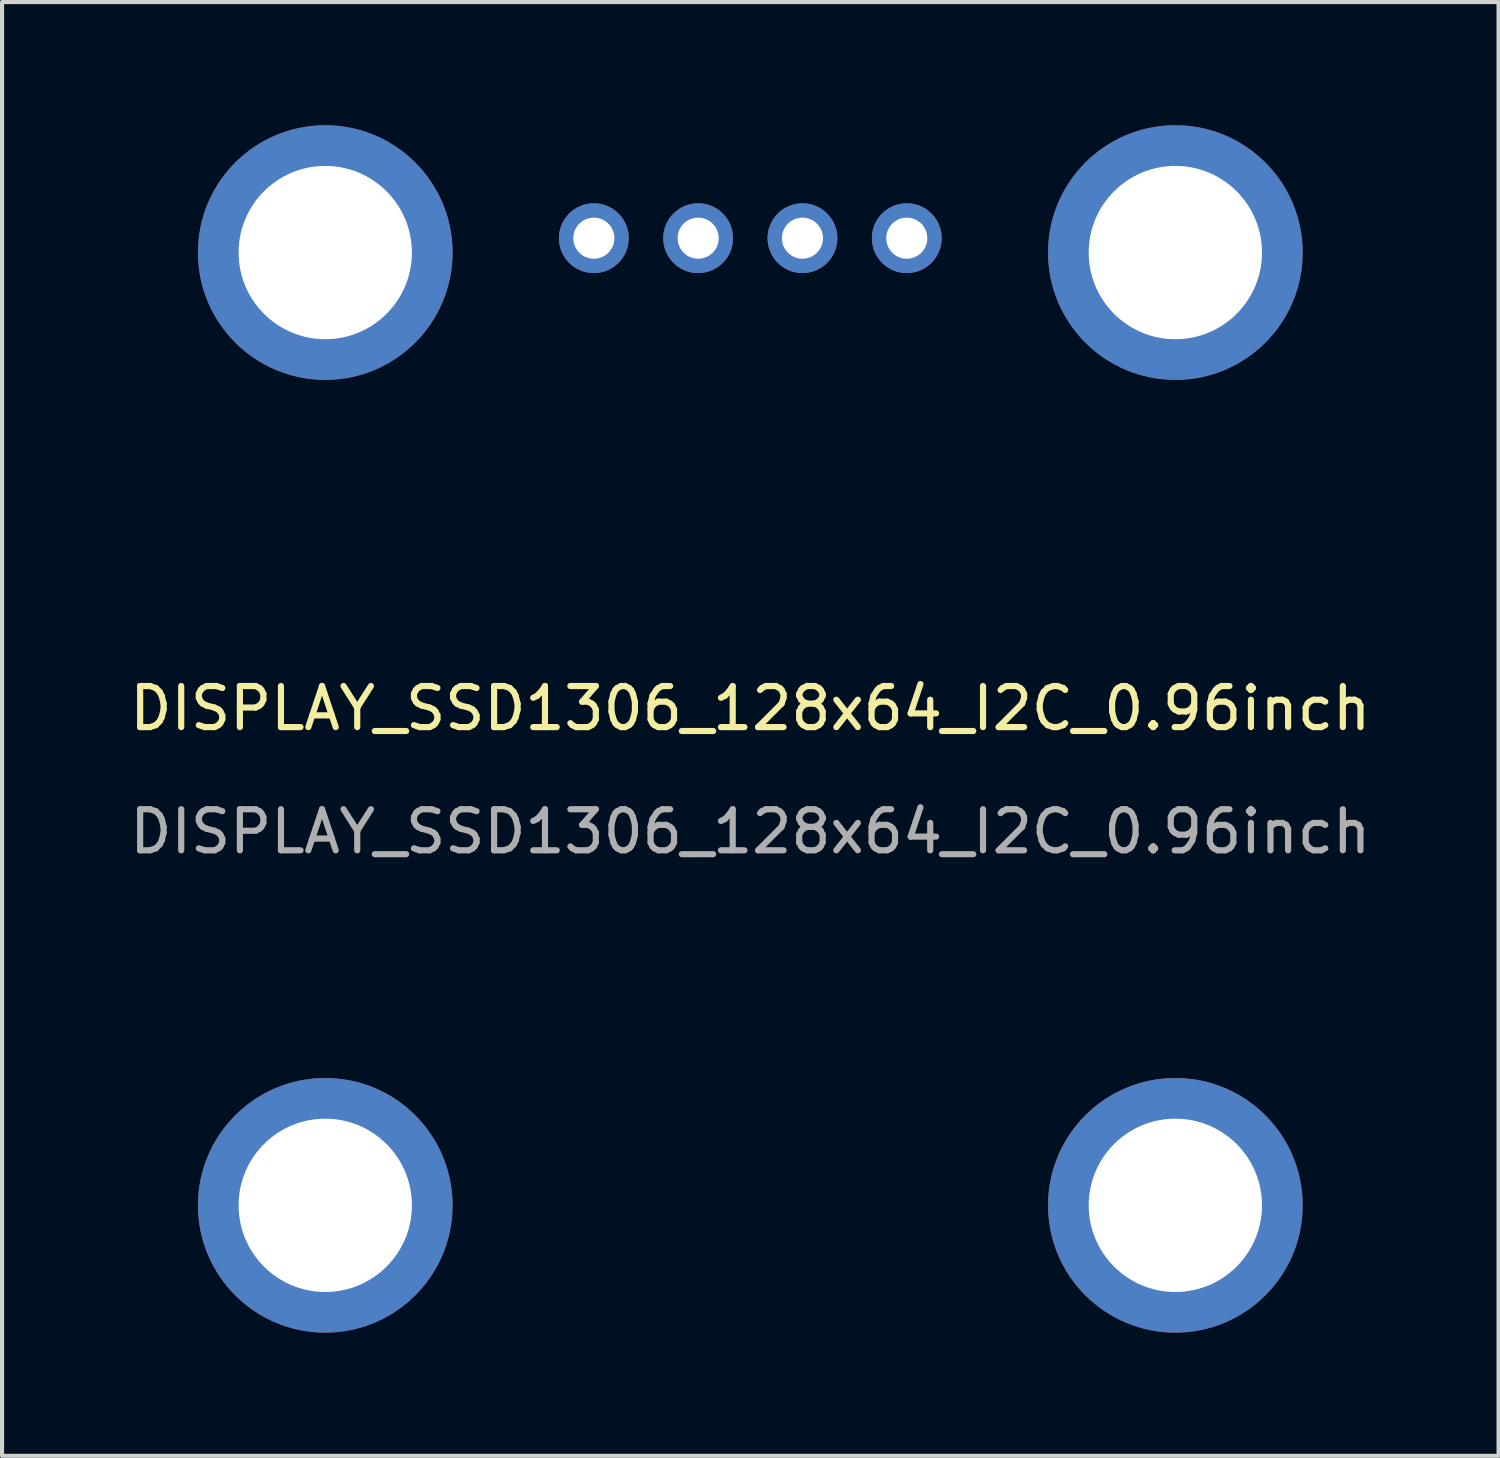
<source format=kicad_pcb>
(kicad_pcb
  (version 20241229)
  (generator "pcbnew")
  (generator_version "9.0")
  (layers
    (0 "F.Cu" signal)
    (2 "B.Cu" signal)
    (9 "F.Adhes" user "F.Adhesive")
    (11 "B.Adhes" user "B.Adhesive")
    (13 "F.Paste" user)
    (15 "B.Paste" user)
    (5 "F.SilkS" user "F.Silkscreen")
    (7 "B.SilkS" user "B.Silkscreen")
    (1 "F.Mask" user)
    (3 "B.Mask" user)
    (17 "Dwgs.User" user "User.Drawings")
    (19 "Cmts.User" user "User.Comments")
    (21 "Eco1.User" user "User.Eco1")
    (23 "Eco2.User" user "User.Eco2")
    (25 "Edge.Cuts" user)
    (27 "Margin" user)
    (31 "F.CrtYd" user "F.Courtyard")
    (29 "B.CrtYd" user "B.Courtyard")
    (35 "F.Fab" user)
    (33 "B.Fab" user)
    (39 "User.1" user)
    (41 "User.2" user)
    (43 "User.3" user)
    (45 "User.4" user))
  (footprint "DISPLAY_SSD1306_128x64_I2C_0.96inch"
    (layer "F.Cu")
    (at 15.22 14.7)
    (property "Reference" "DISPLAY_SSD1306_128x64_I2C_0.96inch" (at 0 -0.5 0) (unlocked yes) (layer "F.SilkS") (effects (font (size 1 1) (thickness 0.15))))
    (attr through_hole)
    (fp_text user "${REFERENCE}" (at 0 2.5 0) (unlocked yes) (layer "F.Fab") (effects (font (size 1 1) (thickness 0.15))))
    (pad "" thru_hole circle (at -10.35 -11.6) (size 6.2 6.2) (drill 4.22) (layers "*.Cu" "*.Mask"))
    (pad "" thru_hole circle (at -10.35 11.6) (size 6.2 6.2) (drill 4.22) (layers "*.Cu" "*.Mask"))
    (pad "" thru_hole circle (at 10.35 -11.6) (size 6.2 6.2) (drill 4.22) (layers "*.Cu" "*.Mask"))
    (pad "" thru_hole circle (at 10.35 11.6) (size 6.2 6.2) (drill 4.22) (layers "*.Cu" "*.Mask"))
    (pad "1" thru_hole circle (at -3.81 -11.95) (size 1.7 1.7) (drill 1) (layers "*.Cu" "*.Mask"))
    (pad "2" thru_hole circle (at -1.27 -11.95) (size 1.7 1.7) (drill 1) (layers "*.Cu" "*.Mask"))
    (pad "3" thru_hole circle (at 1.27 -11.95) (size 1.7 1.7) (drill 1) (layers "*.Cu" "*.Mask"))
    (pad "4" thru_hole circle (at 3.81 -11.95) (size 1.7 1.7) (drill 1) (layers "*.Cu" "*.Mask")))
  (gr_rect
    (start -3 -3)
    (end 33.44 32.4)
    (stroke (width 0.1) (type default))
    (fill no)
    (layer "Edge.Cuts")))
</source>
